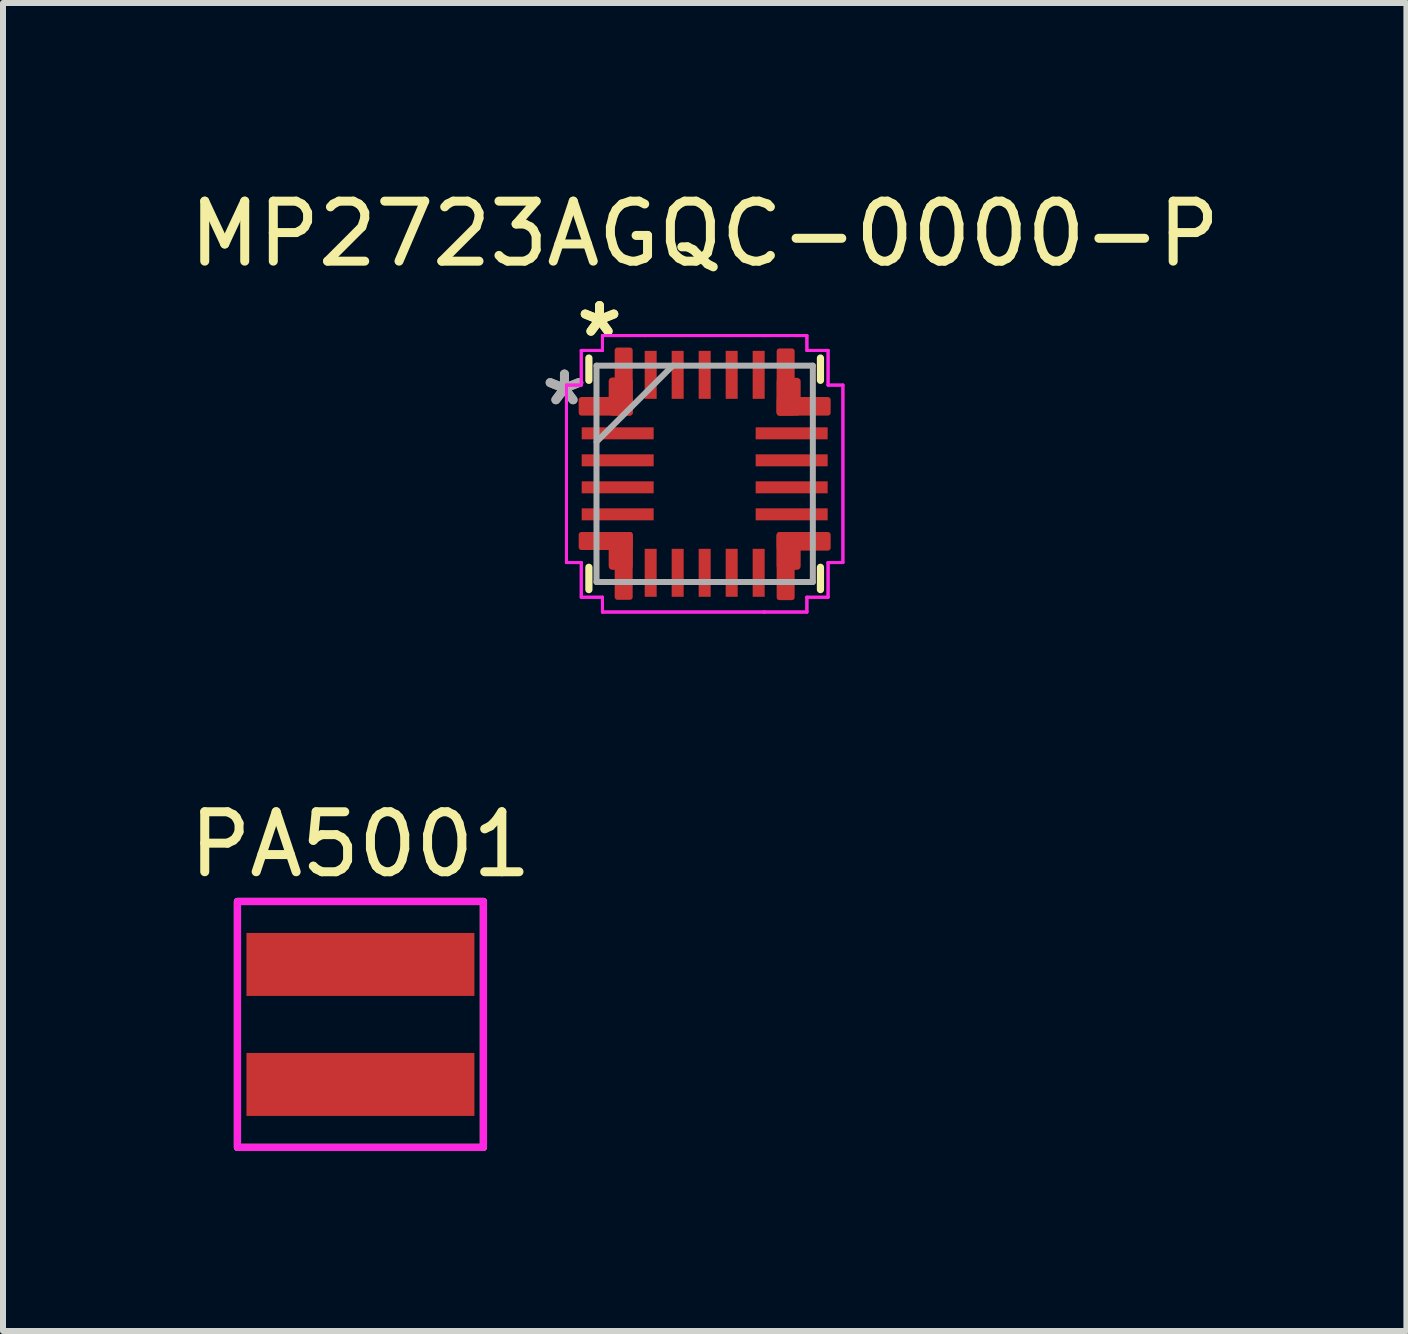
<source format=kicad_pcb>
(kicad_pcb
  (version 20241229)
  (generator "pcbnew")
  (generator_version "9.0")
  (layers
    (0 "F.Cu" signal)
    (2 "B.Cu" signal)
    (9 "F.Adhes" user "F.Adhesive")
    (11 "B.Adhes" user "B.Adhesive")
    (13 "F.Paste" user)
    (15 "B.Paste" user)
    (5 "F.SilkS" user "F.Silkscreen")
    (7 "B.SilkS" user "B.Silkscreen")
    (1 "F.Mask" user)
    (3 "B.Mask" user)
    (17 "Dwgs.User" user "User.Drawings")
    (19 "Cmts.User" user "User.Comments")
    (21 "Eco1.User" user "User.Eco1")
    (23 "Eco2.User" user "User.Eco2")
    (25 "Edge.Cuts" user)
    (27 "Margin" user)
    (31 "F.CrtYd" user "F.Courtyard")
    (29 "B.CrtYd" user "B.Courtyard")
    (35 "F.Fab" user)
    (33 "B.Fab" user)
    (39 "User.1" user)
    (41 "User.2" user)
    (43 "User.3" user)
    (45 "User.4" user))
  (footprint "PA5001"
    (layer "F.Cu")
    (at 2.958 14.026)
    (property "Reference" "PA5001" (at 0 -3 0) (unlocked yes) (layer "F.SilkS") (effects (font (size 1 1) (thickness 0.15))))
    (attr smd)
    (fp_rect (start -2.05 -2.05) (end 2.05 2.05) (stroke (width 0.12) (type solid)) (fill no) (layer "F.SilkS"))
    (fp_rect (start -2.05 -2.05) (end 2.05 2.05) (stroke (width 0.12) (type solid)) (fill no) (layer "F.CrtYd"))
    (pad "1" smd rect (at 0 -1) (size 3.8 1.05) (layers "F.Cu" "F.Mask" "F.Paste"))
    (pad "2" smd rect (at 0 1) (size 3.8 1.05) (layers "F.Cu" "F.Mask" "F.Paste")))
  (footprint "MP2723AGQC-0000-P"
    (layer "F.Cu")
    (at 8.696 4.848)
    (property "Reference" "MP2723AGQC-0000-P" (at 0 -4 0) (layer "F.SilkS") (effects (font (size 1 1) (thickness 0.15))))
    (attr through_hole)
    (fp_line (start -1.93 -1.558) (end -1.93 -1.93) (stroke (width 0.12) (type solid)) (layer "F.SilkS"))
    (fp_line (start -1.93 1.93) (end -1.93 1.558) (stroke (width 0.12) (type solid)) (layer "F.SilkS"))
    (fp_line (start 1.93 -1.93) (end 1.93 -1.558) (stroke (width 0.12) (type solid)) (layer "F.SilkS"))
    (fp_line (start 1.93 1.558) (end 1.93 1.93) (stroke (width 0.12) (type solid)) (layer "F.SilkS"))
    (fp_line (start -2.304 -1.479) (end -2.304 1.479) (stroke (width 0.05) (type solid)) (layer "F.CrtYd"))
    (fp_line (start -2.304 -1.479) (end -2.304 1.479) (stroke (width 0.05) (type solid)) (layer "F.CrtYd"))
    (fp_line (start -2.304 1.479) (end -2.057 1.479) (stroke (width 0.05) (type solid)) (layer "F.CrtYd"))
    (fp_line (start -2.304 1.479) (end -2.057 1.479) (stroke (width 0.05) (type solid)) (layer "F.CrtYd"))
    (fp_line (start -2.057 -2.057) (end -2.057 -1.479) (stroke (width 0.05) (type solid)) (layer "F.CrtYd"))
    (fp_line (start -2.057 -2.057) (end -2.057 -1.479) (stroke (width 0.05) (type solid)) (layer "F.CrtYd"))
    (fp_line (start -2.057 -1.479) (end -2.304 -1.479) (stroke (width 0.05) (type solid)) (layer "F.CrtYd"))
    (fp_line (start -2.057 -1.479) (end -2.304 -1.479) (stroke (width 0.05) (type solid)) (layer "F.CrtYd"))
    (fp_line (start -2.057 1.479) (end -2.057 2.057) (stroke (width 0.05) (type solid)) (layer "F.CrtYd"))
    (fp_line (start -2.057 1.479) (end -2.057 2.057) (stroke (width 0.05) (type solid)) (layer "F.CrtYd"))
    (fp_line (start -2.057 2.057) (end -1.704 2.057) (stroke (width 0.05) (type solid)) (layer "F.CrtYd"))
    (fp_line (start -2.057 2.057) (end -1.704 2.057) (stroke (width 0.05) (type solid)) (layer "F.CrtYd"))
    (fp_line (start -1.704 -2.304) (end -1.704 -2.057) (stroke (width 0.05) (type solid)) (layer "F.CrtYd"))
    (fp_line (start -1.704 -2.304) (end -1.704 -2.057) (stroke (width 0.05) (type solid)) (layer "F.CrtYd"))
    (fp_line (start -1.704 -2.057) (end -2.057 -2.057) (stroke (width 0.05) (type solid)) (layer "F.CrtYd"))
    (fp_line (start -1.704 -2.057) (end -2.057 -2.057) (stroke (width 0.05) (type solid)) (layer "F.CrtYd"))
    (fp_line (start -1.704 2.057) (end -1.704 2.304) (stroke (width 0.05) (type solid)) (layer "F.CrtYd"))
    (fp_line (start -1.704 2.057) (end -1.704 2.304) (stroke (width 0.05) (type solid)) (layer "F.CrtYd"))
    (fp_line (start -1.704 2.304) (end 0.996 2.304) (stroke (width 0.05) (type solid)) (layer "F.CrtYd"))
    (fp_line (start -1.704 2.304) (end 0.996 2.304) (stroke (width 0.05) (type solid)) (layer "F.CrtYd"))
    (fp_line (start -0.996 -2.304) (end -1.704 -2.304) (stroke (width 0.05) (type solid)) (layer "F.CrtYd"))
    (fp_line (start -0.996 -2.304) (end -1.704 -2.304) (stroke (width 0.05) (type solid)) (layer "F.CrtYd"))
    (fp_line (start -0.996 -2.304) (end -0.996 -2.304) (stroke (width 0.05) (type solid)) (layer "F.CrtYd"))
    (fp_line (start -0.996 -2.304) (end -0.996 -2.304) (stroke (width 0.05) (type solid)) (layer "F.CrtYd"))
    (fp_line (start 0.996 -2.304) (end 0.996 -2.304) (stroke (width 0.05) (type solid)) (layer "F.CrtYd"))
    (fp_line (start 0.996 -2.304) (end 0.996 -2.304) (stroke (width 0.05) (type solid)) (layer "F.CrtYd"))
    (fp_line (start 0.996 -2.304) (end -0.996 -2.304) (stroke (width 0.05) (type solid)) (layer "F.CrtYd"))
    (fp_line (start 0.996 -2.304) (end -0.996 -2.304) (stroke (width 0.05) (type solid)) (layer "F.CrtYd"))
    (fp_line (start 0.996 2.304) (end 0.996 2.304) (stroke (width 0.05) (type solid)) (layer "F.CrtYd"))
    (fp_line (start 0.996 2.304) (end 0.996 2.304) (stroke (width 0.05) (type solid)) (layer "F.CrtYd"))
    (fp_line (start 0.996 2.304) (end 1.704 2.304) (stroke (width 0.05) (type solid)) (layer "F.CrtYd"))
    (fp_line (start 0.996 2.304) (end 1.704 2.304) (stroke (width 0.05) (type solid)) (layer "F.CrtYd"))
    (fp_line (start 1.704 -2.304) (end 0.996 -2.304) (stroke (width 0.05) (type solid)) (layer "F.CrtYd"))
    (fp_line (start 1.704 -2.304) (end 0.996 -2.304) (stroke (width 0.05) (type solid)) (layer "F.CrtYd"))
    (fp_line (start 1.704 -2.057) (end 1.704 -2.304) (stroke (width 0.05) (type solid)) (layer "F.CrtYd"))
    (fp_line (start 1.704 -2.057) (end 1.704 -2.304) (stroke (width 0.05) (type solid)) (layer "F.CrtYd"))
    (fp_line (start 1.704 2.057) (end 2.057 2.057) (stroke (width 0.05) (type solid)) (layer "F.CrtYd"))
    (fp_line (start 1.704 2.057) (end 2.057 2.057) (stroke (width 0.05) (type solid)) (layer "F.CrtYd"))
    (fp_line (start 1.704 2.304) (end 1.704 2.057) (stroke (width 0.05) (type solid)) (layer "F.CrtYd"))
    (fp_line (start 1.704 2.304) (end 1.704 2.057) (stroke (width 0.05) (type solid)) (layer "F.CrtYd"))
    (fp_line (start 2.057 -2.057) (end 1.704 -2.057) (stroke (width 0.05) (type solid)) (layer "F.CrtYd"))
    (fp_line (start 2.057 -2.057) (end 1.704 -2.057) (stroke (width 0.05) (type solid)) (layer "F.CrtYd"))
    (fp_line (start 2.057 -1.479) (end 2.057 -2.057) (stroke (width 0.05) (type solid)) (layer "F.CrtYd"))
    (fp_line (start 2.057 -1.479) (end 2.057 -2.057) (stroke (width 0.05) (type solid)) (layer "F.CrtYd"))
    (fp_line (start 2.057 1.479) (end 2.304 1.479) (stroke (width 0.05) (type solid)) (layer "F.CrtYd"))
    (fp_line (start 2.057 1.479) (end 2.304 1.479) (stroke (width 0.05) (type solid)) (layer "F.CrtYd"))
    (fp_line (start 2.057 2.057) (end 2.057 1.479) (stroke (width 0.05) (type solid)) (layer "F.CrtYd"))
    (fp_line (start 2.057 2.057) (end 2.057 1.479) (stroke (width 0.05) (type solid)) (layer "F.CrtYd"))
    (fp_line (start 2.304 -1.479) (end 2.057 -1.479) (stroke (width 0.05) (type solid)) (layer "F.CrtYd"))
    (fp_line (start 2.304 -1.479) (end 2.057 -1.479) (stroke (width 0.05) (type solid)) (layer "F.CrtYd"))
    (fp_line (start 2.304 1.479) (end 2.304 -1.479) (stroke (width 0.05) (type solid)) (layer "F.CrtYd"))
    (fp_line (start 2.304 1.479) (end 2.304 -1.479) (stroke (width 0.05) (type solid)) (layer "F.CrtYd"))
    (fp_line (start -1.803 -1.803) (end -1.803 1.803) (stroke (width 0.1) (type solid)) (layer "F.Fab"))
    (fp_line (start -1.803 -0.533) (end -0.533 -1.803) (stroke (width 0.1) (type solid)) (layer "F.Fab"))
    (fp_line (start -1.803 1.803) (end 1.803 1.803) (stroke (width 0.1) (type solid)) (layer "F.Fab"))
    (fp_line (start 1.803 -1.803) (end -1.803 -1.803) (stroke (width 0.1) (type solid)) (layer "F.Fab"))
    (fp_line (start 1.803 1.803) (end 1.803 -1.803) (stroke (width 0.1) (type solid)) (layer "F.Fab"))
    (fp_text user "*" (at -1.753 -2.261 0) (layer "F.SilkS") (effects (font (size 1 1) (thickness 0.15))))
    (fp_text user "*" (at -1.753 -2.261 0) (layer "F.SilkS") (effects (font (size 1 1) (thickness 0.15))))
    (fp_text user "*" (at -2.337 -1.118 0) (layer "F.Fab") (effects (font (size 1 1) (thickness 0.15))))
    (fp_text user "*" (at -2.337 -1.118 0) (layer "F.Fab") (effects (font (size 1 1) (thickness 0.15))))
    (pad "1" smd roundrect (at -1.65 -1.125) (size 0.9 0.31) (layers "F.Cu" "F.Mask" "F.Paste") (roundrect_rratio 0.15))
    (pad "1" smd roundrect (at -1.4 -1.288 180) (size 0.4 0.635) (layers "F.Cu" "F.Mask" "F.Paste") (roundrect_rratio 0.15))
    (pad "2" smd rect (at -1.45 -0.675) (size 1.2 0.2) (layers "F.Cu" "F.Mask" "F.Paste"))
    (pad "3" smd rect (at -1.45 -0.225) (size 1.2 0.2) (layers "F.Cu" "F.Mask" "F.Paste"))
    (pad "4" smd rect (at -1.45 0.225) (size 1.2 0.2) (layers "F.Cu" "F.Mask" "F.Paste"))
    (pad "5" smd rect (at -1.45 0.675) (size 1.2 0.2) (layers "F.Cu" "F.Mask" "F.Paste"))
    (pad "6" smd roundrect (at -1.65 1.12) (size 0.9 0.3) (layers "F.Cu" "F.Mask" "F.Paste") (roundrect_rratio 0.15))
    (pad "6" smd roundrect (at -1.4 1.285 180) (size 0.4 0.63) (layers "F.Cu" "F.Mask" "F.Paste") (roundrect_rratio 0.15))
    (pad "7" smd roundrect (at -1.35 1.535 90) (size 1.13 0.3) (layers "F.Cu" "F.Mask" "F.Paste") (roundrect_rratio 0.15))
    (pad "8" smd rect (at -0.9 1.65 90) (size 0.8 0.2) (layers "F.Cu" "F.Mask" "F.Paste"))
    (pad "9" smd rect (at -0.45 1.65 90) (size 0.8 0.2) (layers "F.Cu" "F.Mask" "F.Paste"))
    (pad "10" smd rect (at 0 1.65 90) (size 0.8 0.2) (layers "F.Cu" "F.Mask" "F.Paste"))
    (pad "11" smd rect (at 0.45 1.65 90) (size 0.8 0.2) (layers "F.Cu" "F.Mask" "F.Paste"))
    (pad "12" smd rect (at 0.9 1.65 90) (size 0.8 0.2) (layers "F.Cu" "F.Mask" "F.Paste"))
    (pad "13" smd roundrect (at 1.35 1.54 90) (size 1.13 0.3) (layers "F.Cu" "F.Mask" "F.Paste") (roundrect_rratio 0.15))
    (pad "14" smd roundrect (at 1.4 1.285 180) (size 0.4 0.63) (layers "F.Cu" "F.Mask" "F.Paste") (roundrect_rratio 0.15))
    (pad "14" smd roundrect (at 1.65 1.125) (size 0.9 0.31) (layers "F.Cu" "F.Mask" "F.Paste") (roundrect_rratio 0.15))
    (pad "15" smd rect (at 1.45 0.675) (size 1.2 0.2) (layers "F.Cu" "F.Mask" "F.Paste"))
    (pad "16" smd rect (at 1.45 0.225) (size 1.2 0.2) (layers "F.Cu" "F.Mask" "F.Paste"))
    (pad "17" smd rect (at 1.45 -0.225) (size 1.2 0.2) (layers "F.Cu" "F.Mask" "F.Paste"))
    (pad "18" smd rect (at 1.45 -0.675) (size 1.2 0.2) (layers "F.Cu" "F.Mask" "F.Paste"))
    (pad "19" smd roundrect (at 1.4 -1.285 180) (size 0.4 0.63) (layers "F.Cu" "F.Mask" "F.Paste") (roundrect_rratio 0.15))
    (pad "19" smd roundrect (at 1.65 -1.125) (size 0.9 0.31) (layers "F.Cu" "F.Mask" "F.Paste") (roundrect_rratio 0.15))
    (pad "20" smd roundrect (at 1.35 -1.53 90) (size 1.12 0.3) (layers "F.Cu" "F.Mask" "F.Paste") (roundrect_rratio 0.15))
    (pad "21" smd rect (at 0.9 -1.65 90) (size 0.8 0.2) (layers "F.Cu" "F.Mask" "F.Paste"))
    (pad "22" smd rect (at 0.45 -1.65 90) (size 0.8 0.2) (layers "F.Cu" "F.Mask" "F.Paste"))
    (pad "23" smd rect (at 0 -1.65 90) (size 0.8 0.2) (layers "F.Cu" "F.Mask" "F.Paste"))
    (pad "24" smd rect (at -0.45 -1.65 90) (size 0.8 0.2) (layers "F.Cu" "F.Mask" "F.Paste"))
    (pad "25" smd rect (at -0.9 -1.65 90) (size 0.8 0.2) (layers "F.Cu" "F.Mask" "F.Paste"))
    (pad "26" smd roundrect (at -1.35 -1.54 90) (size 1.13 0.3) (layers "F.Cu" "F.Mask" "F.Paste") (roundrect_rratio 0.15)))
  (gr_rect
    (start -3 -3)
    (end 20.393 19.136)
    (stroke (width 0.1) (type default))
    (fill no)
    (layer "Edge.Cuts")))
</source>
